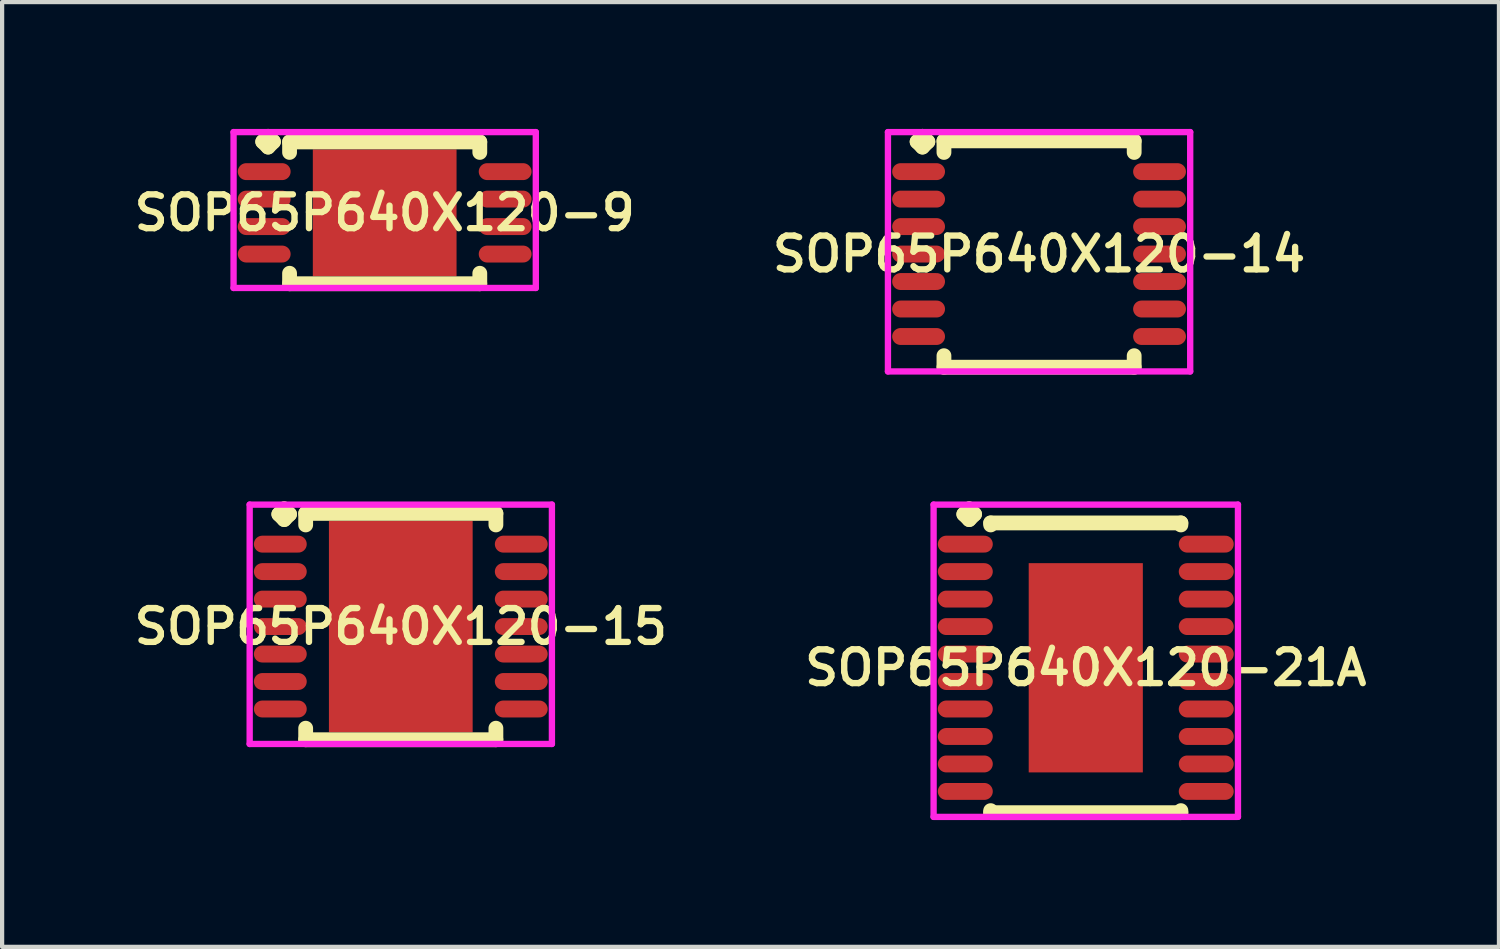
<source format=kicad_pcb>
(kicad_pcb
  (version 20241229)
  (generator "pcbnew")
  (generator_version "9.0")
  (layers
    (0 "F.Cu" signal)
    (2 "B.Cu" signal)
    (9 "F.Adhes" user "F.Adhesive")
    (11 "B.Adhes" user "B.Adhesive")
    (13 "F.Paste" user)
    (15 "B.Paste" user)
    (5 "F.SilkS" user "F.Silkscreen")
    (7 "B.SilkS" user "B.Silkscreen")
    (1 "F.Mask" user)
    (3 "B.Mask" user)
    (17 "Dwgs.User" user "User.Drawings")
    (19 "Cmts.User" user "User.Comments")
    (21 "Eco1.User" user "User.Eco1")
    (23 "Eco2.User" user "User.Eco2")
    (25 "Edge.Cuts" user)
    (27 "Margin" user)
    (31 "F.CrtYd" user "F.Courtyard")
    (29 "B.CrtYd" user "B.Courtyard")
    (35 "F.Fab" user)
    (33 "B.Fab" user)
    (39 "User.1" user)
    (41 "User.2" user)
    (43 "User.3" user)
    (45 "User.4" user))
  (footprint "SOP65P640X120-14"
    (layer "F.Cu")
    (at 21.53 2.96)
    (property "Reference" "SOP65P640X120-14" (at 0 0 0) (layer "F.SilkS") (effects (font (size 0.8 0.8) (thickness 0.15))))
    (attr smd)
    (fp_line (start -2.885 -2.658) (end -2.758 -2.785) (stroke (width 0.35) (type solid)) (layer "F.SilkS"))
    (fp_line (start -2.758 -2.785) (end -2.631 -2.658) (stroke (width 0.35) (type solid)) (layer "F.SilkS"))
    (fp_line (start -2.758 -2.531) (end -2.885 -2.658) (stroke (width 0.35) (type solid)) (layer "F.SilkS"))
    (fp_line (start -2.631 -2.658) (end -2.758 -2.531) (stroke (width 0.35) (type solid)) (layer "F.SilkS"))
    (fp_line (start -2.25 -2.677) (end 2.25 -2.677) (stroke (width 0.35) (type solid)) (layer "F.SilkS"))
    (fp_line (start -2.25 -2.404) (end -2.25 -2.677) (stroke (width 0.35) (type solid)) (layer "F.SilkS"))
    (fp_line (start -2.25 2.404) (end -2.25 2.677) (stroke (width 0.35) (type solid)) (layer "F.SilkS"))
    (fp_line (start -2.25 2.677) (end 2.25 2.677) (stroke (width 0.35) (type solid)) (layer "F.SilkS"))
    (fp_line (start 2.25 -2.677) (end 2.25 -2.404) (stroke (width 0.35) (type solid)) (layer "F.SilkS"))
    (fp_line (start 2.25 2.677) (end 2.25 2.404) (stroke (width 0.35) (type solid)) (layer "F.SilkS"))
    (fp_line (start -3.575 -2.885) (end 3.575 -2.885) (stroke (width 0.15) (type solid)) (layer "F.CrtYd"))
    (fp_line (start -3.575 2.777) (end -3.575 -2.885) (stroke (width 0.15) (type solid)) (layer "F.CrtYd"))
    (fp_line (start 3.575 -2.885) (end 3.575 2.777) (stroke (width 0.15) (type solid)) (layer "F.CrtYd"))
    (fp_line (start 3.575 2.777) (end -3.575 2.777) (stroke (width 0.15) (type solid)) (layer "F.CrtYd"))
    (pad "1" smd oval (at -2.85 -1.95) (size 1.25 0.4) (layers "F.Cu" "F.Mask" "F.Paste"))
    (pad "2" smd oval (at -2.85 -1.3) (size 1.25 0.4) (layers "F.Cu" "F.Mask" "F.Paste"))
    (pad "3" smd oval (at -2.85 -0.65) (size 1.25 0.4) (layers "F.Cu" "F.Mask" "F.Paste"))
    (pad "4" smd oval (at -2.85 0) (size 1.25 0.4) (layers "F.Cu" "F.Mask" "F.Paste"))
    (pad "5" smd oval (at -2.85 0.65) (size 1.25 0.4) (layers "F.Cu" "F.Mask" "F.Paste"))
    (pad "6" smd oval (at -2.85 1.3) (size 1.25 0.4) (layers "F.Cu" "F.Mask" "F.Paste"))
    (pad "7" smd oval (at -2.85 1.95) (size 1.25 0.4) (layers "F.Cu" "F.Mask" "F.Paste"))
    (pad "8" smd oval (at 2.85 1.95) (size 1.25 0.4) (layers "F.Cu" "F.Mask" "F.Paste"))
    (pad "9" smd oval (at 2.85 1.3) (size 1.25 0.4) (layers "F.Cu" "F.Mask" "F.Paste"))
    (pad "10" smd oval (at 2.85 0.65) (size 1.25 0.4) (layers "F.Cu" "F.Mask" "F.Paste"))
    (pad "11" smd oval (at 2.85 0) (size 1.25 0.4) (layers "F.Cu" "F.Mask" "F.Paste"))
    (pad "12" smd oval (at 2.85 -0.65) (size 1.25 0.4) (layers "F.Cu" "F.Mask" "F.Paste"))
    (pad "13" smd oval (at 2.85 -1.3) (size 1.25 0.4) (layers "F.Cu" "F.Mask" "F.Paste"))
    (pad "14" smd oval (at 2.85 -1.95) (size 1.25 0.4) (layers "F.Cu" "F.Mask" "F.Paste")))
  (footprint "SOP65P640X120-21A"
    (layer "F.Cu")
    (at 22.635 12.747)
    (property "Reference" "SOP65P640X120-21A" (at 0 0 0) (layer "F.SilkS") (effects (font (size 0.8 0.8) (thickness 0.15))))
    (attr smd)
    (fp_line (start -2.885 -3.633) (end -2.758 -3.76) (stroke (width 0.35) (type solid)) (layer "F.SilkS"))
    (fp_line (start -2.758 -3.76) (end -2.631 -3.633) (stroke (width 0.35) (type solid)) (layer "F.SilkS"))
    (fp_line (start -2.758 -3.506) (end -2.885 -3.633) (stroke (width 0.35) (type solid)) (layer "F.SilkS"))
    (fp_line (start -2.631 -3.633) (end -2.758 -3.506) (stroke (width 0.35) (type solid)) (layer "F.SilkS"))
    (fp_line (start -2.25 -3.427) (end 2.25 -3.427) (stroke (width 0.35) (type solid)) (layer "F.SilkS"))
    (fp_line (start -2.25 -3.379) (end -2.25 -3.427) (stroke (width 0.35) (type solid)) (layer "F.SilkS"))
    (fp_line (start -2.25 3.379) (end -2.25 3.427) (stroke (width 0.35) (type solid)) (layer "F.SilkS"))
    (fp_line (start -2.25 3.427) (end 2.25 3.427) (stroke (width 0.35) (type solid)) (layer "F.SilkS"))
    (fp_line (start 2.25 -3.427) (end 2.25 -3.379) (stroke (width 0.35) (type solid)) (layer "F.SilkS"))
    (fp_line (start 2.25 3.427) (end 2.25 3.379) (stroke (width 0.35) (type solid)) (layer "F.SilkS"))
    (fp_line (start -3.6 -3.86) (end 3.6 -3.86) (stroke (width 0.15) (type solid)) (layer "F.CrtYd"))
    (fp_line (start -3.6 3.527) (end -3.6 -3.86) (stroke (width 0.15) (type solid)) (layer "F.CrtYd"))
    (fp_line (start 3.6 -3.86) (end 3.6 3.527) (stroke (width 0.15) (type solid)) (layer "F.CrtYd"))
    (fp_line (start 3.6 3.527) (end -3.6 3.527) (stroke (width 0.15) (type solid)) (layer "F.CrtYd"))
    (pad "1" smd oval (at -2.85 -2.925) (size 1.3 0.4) (layers "F.Cu" "F.Mask" "F.Paste"))
    (pad "2" smd oval (at -2.85 -2.275) (size 1.3 0.4) (layers "F.Cu" "F.Mask" "F.Paste"))
    (pad "3" smd oval (at -2.85 -1.625) (size 1.3 0.4) (layers "F.Cu" "F.Mask" "F.Paste"))
    (pad "4" smd oval (at -2.85 -0.975) (size 1.3 0.4) (layers "F.Cu" "F.Mask" "F.Paste"))
    (pad "5" smd oval (at -2.85 -0.325) (size 1.3 0.4) (layers "F.Cu" "F.Mask" "F.Paste"))
    (pad "6" smd oval (at -2.85 0.325) (size 1.3 0.4) (layers "F.Cu" "F.Mask" "F.Paste"))
    (pad "7" smd oval (at -2.85 0.975) (size 1.3 0.4) (layers "F.Cu" "F.Mask" "F.Paste"))
    (pad "8" smd oval (at -2.85 1.625) (size 1.3 0.4) (layers "F.Cu" "F.Mask" "F.Paste"))
    (pad "9" smd oval (at -2.85 2.275) (size 1.3 0.4) (layers "F.Cu" "F.Mask" "F.Paste"))
    (pad "10" smd oval (at -2.85 2.925) (size 1.3 0.4) (layers "F.Cu" "F.Mask" "F.Paste"))
    (pad "11" smd oval (at 2.85 2.925) (size 1.3 0.4) (layers "F.Cu" "F.Mask" "F.Paste"))
    (pad "12" smd oval (at 2.85 2.275) (size 1.3 0.4) (layers "F.Cu" "F.Mask" "F.Paste"))
    (pad "13" smd oval (at 2.85 1.625) (size 1.3 0.4) (layers "F.Cu" "F.Mask" "F.Paste"))
    (pad "14" smd oval (at 2.85 0.975) (size 1.3 0.4) (layers "F.Cu" "F.Mask" "F.Paste"))
    (pad "15" smd oval (at 2.85 0.325) (size 1.3 0.4) (layers "F.Cu" "F.Mask" "F.Paste"))
    (pad "16" smd oval (at 2.85 -0.325) (size 1.3 0.4) (layers "F.Cu" "F.Mask" "F.Paste"))
    (pad "17" smd oval (at 2.85 -0.975) (size 1.3 0.4) (layers "F.Cu" "F.Mask" "F.Paste"))
    (pad "18" smd oval (at 2.85 -1.625) (size 1.3 0.4) (layers "F.Cu" "F.Mask" "F.Paste"))
    (pad "19" smd oval (at 2.85 -2.275) (size 1.3 0.4) (layers "F.Cu" "F.Mask" "F.Paste"))
    (pad "20" smd oval (at 2.85 -2.925) (size 1.3 0.4) (layers "F.Cu" "F.Mask" "F.Paste"))
    (pad "21" smd rect (at 0 0) (size 2.7 4.95) (layers "F.Cu" "F.Mask" "F.Paste")))
  (footprint "SOP65P640X120-9"
    (layer "F.Cu")
    (at 6.05 1.985)
    (property "Reference" "SOP65P640X120-9" (at 0 0 0) (layer "F.SilkS") (effects (font (size 0.8 0.8) (thickness 0.15))))
    (attr smd)
    (fp_line (start -2.885 -1.683) (end -2.758 -1.81) (stroke (width 0.35) (type solid)) (layer "F.SilkS"))
    (fp_line (start -2.758 -1.81) (end -2.631 -1.683) (stroke (width 0.35) (type solid)) (layer "F.SilkS"))
    (fp_line (start -2.758 -1.556) (end -2.885 -1.683) (stroke (width 0.35) (type solid)) (layer "F.SilkS"))
    (fp_line (start -2.631 -1.683) (end -2.758 -1.556) (stroke (width 0.35) (type solid)) (layer "F.SilkS"))
    (fp_line (start -2.25 -1.677) (end 2.25 -1.677) (stroke (width 0.35) (type solid)) (layer "F.SilkS"))
    (fp_line (start -2.25 -1.429) (end -2.25 -1.677) (stroke (width 0.35) (type solid)) (layer "F.SilkS"))
    (fp_line (start -2.25 1.429) (end -2.25 1.677) (stroke (width 0.35) (type solid)) (layer "F.SilkS"))
    (fp_line (start -2.25 1.677) (end 2.25 1.677) (stroke (width 0.35) (type solid)) (layer "F.SilkS"))
    (fp_line (start 2.25 -1.677) (end 2.25 -1.429) (stroke (width 0.35) (type solid)) (layer "F.SilkS"))
    (fp_line (start 2.25 1.677) (end 2.25 1.429) (stroke (width 0.35) (type solid)) (layer "F.SilkS"))
    (fp_line (start -3.575 -1.91) (end 3.575 -1.91) (stroke (width 0.15) (type solid)) (layer "F.CrtYd"))
    (fp_line (start -3.575 1.777) (end -3.575 -1.91) (stroke (width 0.15) (type solid)) (layer "F.CrtYd"))
    (fp_line (start 3.575 -1.91) (end 3.575 1.777) (stroke (width 0.15) (type solid)) (layer "F.CrtYd"))
    (fp_line (start 3.575 1.777) (end -3.575 1.777) (stroke (width 0.15) (type solid)) (layer "F.CrtYd"))
    (pad "1" smd oval (at -2.85 -0.975) (size 1.25 0.4) (layers "F.Cu" "F.Mask" "F.Paste"))
    (pad "2" smd oval (at -2.85 -0.325) (size 1.25 0.4) (layers "F.Cu" "F.Mask" "F.Paste"))
    (pad "3" smd oval (at -2.85 0.325) (size 1.25 0.4) (layers "F.Cu" "F.Mask" "F.Paste"))
    (pad "4" smd oval (at -2.85 0.975) (size 1.25 0.4) (layers "F.Cu" "F.Mask" "F.Paste"))
    (pad "5" smd oval (at 2.85 0.975) (size 1.25 0.4) (layers "F.Cu" "F.Mask" "F.Paste"))
    (pad "6" smd oval (at 2.85 0.325) (size 1.25 0.4) (layers "F.Cu" "F.Mask" "F.Paste"))
    (pad "7" smd oval (at 2.85 -0.325) (size 1.25 0.4) (layers "F.Cu" "F.Mask" "F.Paste"))
    (pad "8" smd oval (at 2.85 -0.975) (size 1.25 0.4) (layers "F.Cu" "F.Mask" "F.Paste"))
    (pad "9" smd rect (at 0 0) (size 3.4 3) (layers "F.Cu" "F.Mask" "F.Paste")))
  (footprint "SOP65P640X120-15"
    (layer "F.Cu")
    (at 6.431 11.772)
    (property "Reference" "SOP65P640X120-15" (at 0 0 0) (layer "F.SilkS") (effects (font (size 0.8 0.8) (thickness 0.15))))
    (attr smd)
    (fp_line (start -2.885 -2.658) (end -2.758 -2.785) (stroke (width 0.35) (type solid)) (layer "F.SilkS"))
    (fp_line (start -2.758 -2.785) (end -2.631 -2.658) (stroke (width 0.35) (type solid)) (layer "F.SilkS"))
    (fp_line (start -2.758 -2.531) (end -2.885 -2.658) (stroke (width 0.35) (type solid)) (layer "F.SilkS"))
    (fp_line (start -2.631 -2.658) (end -2.758 -2.531) (stroke (width 0.35) (type solid)) (layer "F.SilkS"))
    (fp_line (start -2.25 -2.677) (end 2.25 -2.677) (stroke (width 0.35) (type solid)) (layer "F.SilkS"))
    (fp_line (start -2.25 -2.404) (end -2.25 -2.677) (stroke (width 0.35) (type solid)) (layer "F.SilkS"))
    (fp_line (start -2.25 2.404) (end -2.25 2.677) (stroke (width 0.35) (type solid)) (layer "F.SilkS"))
    (fp_line (start -2.25 2.677) (end 2.25 2.677) (stroke (width 0.35) (type solid)) (layer "F.SilkS"))
    (fp_line (start 2.25 -2.677) (end 2.25 -2.404) (stroke (width 0.35) (type solid)) (layer "F.SilkS"))
    (fp_line (start 2.25 2.677) (end 2.25 2.404) (stroke (width 0.35) (type solid)) (layer "F.SilkS"))
    (fp_line (start -3.575 -2.885) (end 3.575 -2.885) (stroke (width 0.15) (type solid)) (layer "F.CrtYd"))
    (fp_line (start -3.575 2.777) (end -3.575 -2.885) (stroke (width 0.15) (type solid)) (layer "F.CrtYd"))
    (fp_line (start 3.575 -2.885) (end 3.575 2.777) (stroke (width 0.15) (type solid)) (layer "F.CrtYd"))
    (fp_line (start 3.575 2.777) (end -3.575 2.777) (stroke (width 0.15) (type solid)) (layer "F.CrtYd"))
    (pad "1" smd oval (at -2.85 -1.95) (size 1.25 0.4) (layers "F.Cu" "F.Mask" "F.Paste"))
    (pad "2" smd oval (at -2.85 -1.3) (size 1.25 0.4) (layers "F.Cu" "F.Mask" "F.Paste"))
    (pad "3" smd oval (at -2.85 -0.65) (size 1.25 0.4) (layers "F.Cu" "F.Mask" "F.Paste"))
    (pad "4" smd oval (at -2.85 0) (size 1.25 0.4) (layers "F.Cu" "F.Mask" "F.Paste"))
    (pad "5" smd oval (at -2.85 0.65) (size 1.25 0.4) (layers "F.Cu" "F.Mask" "F.Paste"))
    (pad "6" smd oval (at -2.85 1.3) (size 1.25 0.4) (layers "F.Cu" "F.Mask" "F.Paste"))
    (pad "7" smd oval (at -2.85 1.95) (size 1.25 0.4) (layers "F.Cu" "F.Mask" "F.Paste"))
    (pad "8" smd oval (at 2.85 1.95) (size 1.25 0.4) (layers "F.Cu" "F.Mask" "F.Paste"))
    (pad "9" smd oval (at 2.85 1.3) (size 1.25 0.4) (layers "F.Cu" "F.Mask" "F.Paste"))
    (pad "10" smd oval (at 2.85 0.65) (size 1.25 0.4) (layers "F.Cu" "F.Mask" "F.Paste"))
    (pad "11" smd oval (at 2.85 0) (size 1.25 0.4) (layers "F.Cu" "F.Mask" "F.Paste"))
    (pad "12" smd oval (at 2.85 -0.65) (size 1.25 0.4) (layers "F.Cu" "F.Mask" "F.Paste"))
    (pad "13" smd oval (at 2.85 -1.3) (size 1.25 0.4) (layers "F.Cu" "F.Mask" "F.Paste"))
    (pad "14" smd oval (at 2.85 -1.95) (size 1.25 0.4) (layers "F.Cu" "F.Mask" "F.Paste"))
    (pad "15" smd rect (at 0 0) (size 3.4 5) (layers "F.Cu" "F.Mask" "F.Paste")))
  (gr_rect
    (start -3 -3)
    (end 32.409 19.349)
    (stroke (width 0.1) (type default))
    (fill no)
    (layer "Edge.Cuts")))
</source>
